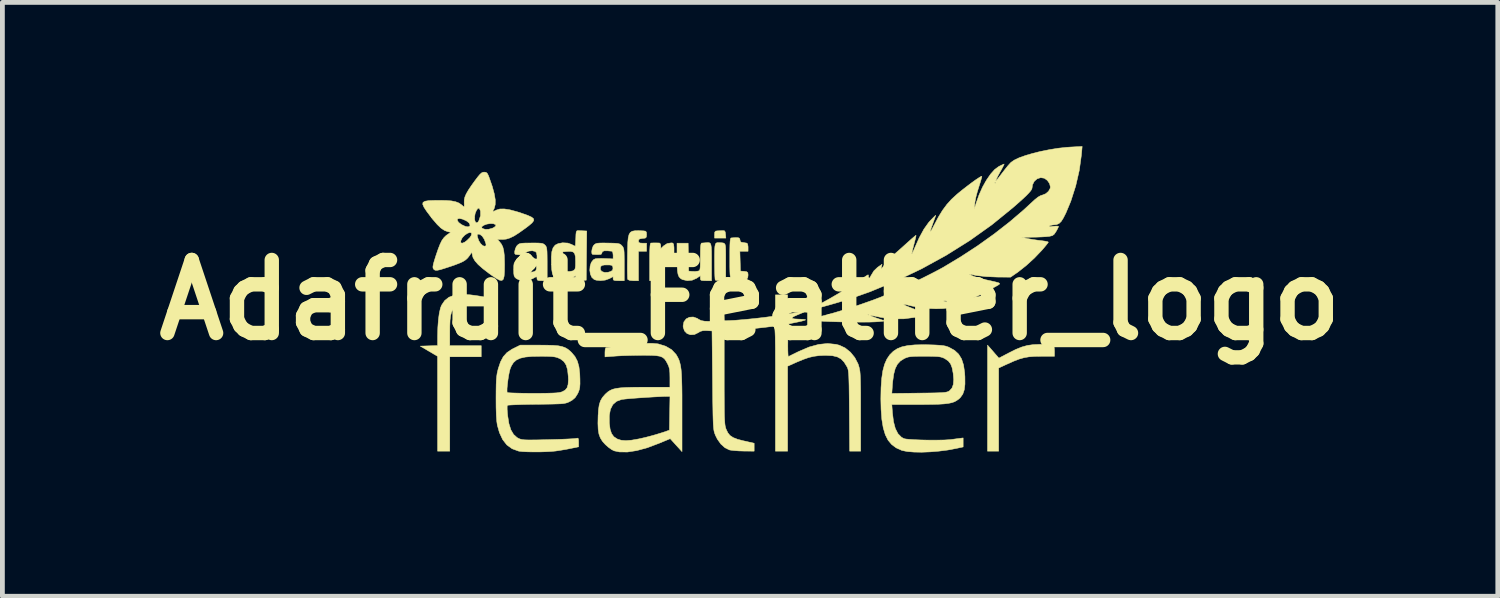
<source format=kicad_pcb>
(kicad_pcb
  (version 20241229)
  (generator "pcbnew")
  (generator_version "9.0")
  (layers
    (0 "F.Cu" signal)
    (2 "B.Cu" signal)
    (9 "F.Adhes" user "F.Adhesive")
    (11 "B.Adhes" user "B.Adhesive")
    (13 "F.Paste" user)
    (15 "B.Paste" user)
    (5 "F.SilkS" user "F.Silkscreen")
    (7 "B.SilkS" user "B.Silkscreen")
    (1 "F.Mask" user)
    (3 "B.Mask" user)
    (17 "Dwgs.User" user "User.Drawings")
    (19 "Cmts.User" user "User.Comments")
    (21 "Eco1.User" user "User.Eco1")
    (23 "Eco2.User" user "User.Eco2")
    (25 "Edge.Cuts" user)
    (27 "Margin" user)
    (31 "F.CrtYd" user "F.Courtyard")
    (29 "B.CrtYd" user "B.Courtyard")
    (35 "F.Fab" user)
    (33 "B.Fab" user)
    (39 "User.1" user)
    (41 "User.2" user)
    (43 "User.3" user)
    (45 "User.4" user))
  (footprint "Adafruit_Feather_logo"
    (layer "F.Cu")
    (at 12.598 3.208)
    (property "Reference" "Adafruit_Feather_logo" (at 0 0 0) (layer "F.SilkS") (effects (font (size 1.524 1.524) (thickness 0.3))))
    (attr exclude_from_pos_files exclude_from_bom)
    (fp_poly (pts (xy 0.783 0.019) (xy 0.782 0.09) (xy 0.771 0.132) (xy 0.742 0.157) (xy 0.687 0.171) (xy 0.627 0.181) (xy 0.529 0.195) (xy 0.529 -0.106) (xy 0.783 -0.106) (xy 0.783 0.019)) (stroke (width 0.01) (type solid)) (fill yes) (layer "F.SilkS"))
    (fp_poly (pts (xy -0.536 -1.444) (xy -0.519 -1.42) (xy -0.512 -1.371) (xy -0.505 -1.291) (xy -0.741 -1.291) (xy -0.741 -1.365) (xy -0.737 -1.415) (xy -0.718 -1.437) (xy -0.683 -1.442) (xy -0.616 -1.445) (xy -0.572 -1.447) (xy -0.536 -1.444)) (stroke (width 0.01) (type solid)) (fill yes) (layer "F.SilkS"))
    (fp_poly (pts (xy -0.635 -1.195) (xy -0.59 -1.193) (xy -0.558 -1.189) (xy -0.535 -1.178) (xy -0.52 -1.154) (xy -0.512 -1.111) (xy -0.509 -1.044) (xy -0.508 -0.946) (xy -0.508 -0.813) (xy -0.508 -0.794) (xy -0.508 -0.402) (xy -0.61 -0.402) (xy -0.673 -0.405) (xy -0.717 -0.412) (xy -0.727 -0.416) (xy -0.731 -0.441) (xy -0.735 -0.501) (xy -0.738 -0.589) (xy -0.74 -0.699) (xy -0.741 -0.806) (xy -0.741 -0.944) (xy -0.739 -1.045) (xy -0.734 -1.116) (xy -0.725 -1.16) (xy -0.711 -1.185) (xy -0.688 -1.195) (xy -0.657 -1.196) (xy -0.635 -1.195)) (stroke (width 0.01) (type solid)) (fill yes) (layer "F.SilkS"))
    (fp_poly (pts (xy -1.614 -1.188) (xy -1.596 -1.166) (xy -1.588 -1.104) (xy -1.587 -1.079) (xy -1.587 -0.974) (xy -1.692 -0.974) (xy -1.759 -0.973) (xy -1.806 -0.968) (xy -1.836 -0.95) (xy -1.853 -0.914) (xy -1.861 -0.854) (xy -1.863 -0.762) (xy -1.863 -0.675) (xy -1.863 -0.402) (xy -2.095 -0.402) (xy -2.095 -0.794) (xy -2.095 -0.94) (xy -2.092 -1.047) (xy -2.088 -1.122) (xy -2.082 -1.166) (xy -2.073 -1.186) (xy -2.069 -1.188) (xy -2.02 -1.19) (xy -1.956 -1.19) (xy -1.902 -1.189) (xy -1.889 -1.188) (xy -1.87 -1.168) (xy -1.863 -1.128) (xy -1.863 -1.072) (xy -1.803 -1.129) (xy -1.73 -1.177) (xy -1.645 -1.191) (xy -1.614 -1.188)) (stroke (width 0.01) (type solid)) (fill yes) (layer "F.SilkS"))
    (fp_poly (pts (xy 6.08 0.926) (xy 6.175 0.928) (xy 6.255 0.932) (xy 6.309 0.937) (xy 6.328 0.942) (xy 6.341 0.969) (xy 6.348 1.024) (xy 6.35 1.065) (xy 6.35 1.175) (xy 6.07 1.175) (xy 5.932 1.177) (xy 5.817 1.186) (xy 5.715 1.204) (xy 5.612 1.233) (xy 5.496 1.278) (xy 5.356 1.341) (xy 5.35 1.343) (xy 5.186 1.419) (xy 5.186 3.154) (xy 4.953 3.154) (xy 4.954 2.048) (xy 4.954 0.942) (xy 5.01 1.005) (xy 5.061 1.064) (xy 5.117 1.129) (xy 5.128 1.141) (xy 5.191 1.213) (xy 5.395 1.106) (xy 5.541 1.033) (xy 5.667 0.982) (xy 5.784 0.949) (xy 5.905 0.932) (xy 6.044 0.926) (xy 6.08 0.926)) (stroke (width 0.01) (type solid)) (fill yes) (layer "F.SilkS"))
    (fp_poly (pts (xy -2.232 -1.442) (xy -2.228 -1.442) (xy -2.182 -1.436) (xy -2.163 -1.415) (xy -2.159 -1.366) (xy -2.159 -1.365) (xy -2.164 -1.313) (xy -2.184 -1.292) (xy -2.201 -1.289) (xy -2.247 -1.284) (xy -2.265 -1.281) (xy -2.306 -1.273) (xy -2.307 -1.273) (xy -2.324 -1.253) (xy -2.328 -1.228) (xy -2.321 -1.2) (xy -2.293 -1.188) (xy -2.244 -1.185) (xy -2.159 -1.185) (xy -2.159 -1.016) (xy -2.328 -1.016) (xy -2.328 -0.402) (xy -2.435 -0.402) (xy -2.51 -0.408) (xy -2.548 -0.425) (xy -2.553 -0.433) (xy -2.556 -0.462) (xy -2.558 -0.528) (xy -2.56 -0.622) (xy -2.56 -0.738) (xy -2.558 -0.869) (xy -2.558 -0.909) (xy -2.555 -1.074) (xy -2.551 -1.203) (xy -2.542 -1.298) (xy -2.525 -1.365) (xy -2.499 -1.409) (xy -2.459 -1.434) (xy -2.403 -1.444) (xy -2.329 -1.446) (xy -2.232 -1.442)) (stroke (width 0.01) (type solid)) (fill yes) (layer "F.SilkS"))
    (fp_poly (pts (xy -5.858 -0.109) (xy -5.827 -0.106) (xy -5.726 -0.093) (xy -5.63 -0.078) (xy -5.554 -0.065) (xy -5.53 -0.059) (xy -5.474 -0.043) (xy -5.448 -0.022) (xy -5.44 0.017) (xy -5.44 0.045) (xy -5.44 0.127) (xy -5.776 0.127) (xy -5.904 0.127) (xy -5.997 0.129) (xy -6.062 0.133) (xy -6.106 0.14) (xy -6.137 0.151) (xy -6.162 0.166) (xy -6.167 0.17) (xy -6.203 0.207) (xy -6.229 0.257) (xy -6.247 0.326) (xy -6.259 0.42) (xy -6.264 0.546) (xy -6.265 0.661) (xy -6.265 0.953) (xy -5.609 0.953) (xy -5.609 1.185) (xy -6.265 1.185) (xy -6.265 3.154) (xy -6.519 3.154) (xy -6.52 1.175) (xy -6.88 0.963) (xy -6.519 0.951) (xy -6.519 0.756) (xy -6.514 0.575) (xy -6.502 0.412) (xy -6.483 0.273) (xy -6.458 0.165) (xy -6.436 0.109) (xy -6.37 0.012) (xy -6.283 -0.057) (xy -6.17 -0.1) (xy -6.03 -0.117) (xy -5.858 -0.109)) (stroke (width 0.01) (type solid)) (fill yes) (layer "F.SilkS"))
    (fp_poly (pts (xy -0.252 -1.3) (xy -0.223 -1.289) (xy -0.212 -1.266) (xy -0.212 -1.255) (xy -0.2 -1.215) (xy -0.18 -1.204) (xy -0.137 -1.198) (xy -0.127 -1.196) (xy -0.087 -1.189) (xy -0.074 -1.188) (xy -0.052 -1.171) (xy -0.043 -1.119) (xy -0.042 -1.101) (xy -0.042 -1.016) (xy -0.213 -1.016) (xy -0.207 -0.81) (xy -0.201 -0.603) (xy -0.122 -0.597) (xy -0.07 -0.589) (xy -0.047 -0.57) (xy -0.042 -0.528) (xy -0.042 -0.517) (xy -0.049 -0.462) (xy -0.076 -0.432) (xy -0.097 -0.423) (xy -0.174 -0.406) (xy -0.26 -0.404) (xy -0.337 -0.417) (xy -0.376 -0.435) (xy -0.392 -0.448) (xy -0.404 -0.464) (xy -0.413 -0.491) (xy -0.418 -0.533) (xy -0.421 -0.596) (xy -0.423 -0.688) (xy -0.423 -0.813) (xy -0.423 -0.88) (xy -0.423 -1.03) (xy -0.421 -1.141) (xy -0.417 -1.219) (xy -0.411 -1.268) (xy -0.402 -1.29) (xy -0.397 -1.294) (xy -0.307 -1.301) (xy -0.252 -1.3)) (stroke (width 0.01) (type solid)) (fill yes) (layer "F.SilkS"))
    (fp_poly (pts (xy -0.851 -1.194) (xy -0.83 -1.18) (xy -0.817 -1.149) (xy -0.809 -1.097) (xy -0.805 -1.017) (xy -0.804 -0.905) (xy -0.804 -0.791) (xy -0.804 -0.402) (xy -0.921 -0.402) (xy -0.987 -0.404) (xy -1.022 -0.411) (xy -1.035 -0.429) (xy -1.037 -0.454) (xy -1.037 -0.507) (xy -1.114 -0.454) (xy -1.207 -0.413) (xy -1.309 -0.403) (xy -1.405 -0.424) (xy -1.418 -0.429) (xy -1.456 -0.454) (xy -1.484 -0.487) (xy -1.503 -0.535) (xy -1.515 -0.605) (xy -1.521 -0.703) (xy -1.524 -0.835) (xy -1.524 -0.873) (xy -1.524 -1.185) (xy -1.292 -1.185) (xy -1.286 -0.894) (xy -1.281 -0.603) (xy -1.209 -0.596) (xy -1.143 -0.595) (xy -1.087 -0.602) (xy -1.067 -0.608) (xy -1.053 -0.62) (xy -1.045 -0.645) (xy -1.04 -0.689) (xy -1.038 -0.759) (xy -1.037 -0.863) (xy -1.037 -0.9) (xy -1.036 -1.023) (xy -1.033 -1.108) (xy -1.026 -1.16) (xy -1.017 -1.184) (xy -1.011 -1.187) (xy -0.971 -1.19) (xy -0.921 -1.194) (xy -0.881 -1.197) (xy -0.851 -1.194)) (stroke (width 0.01) (type solid)) (fill yes) (layer "F.SilkS"))
    (fp_poly (pts (xy -3.577 -1.447) (xy -3.513 -1.444) (xy -3.466 -1.442) (xy -3.407 -1.439) (xy -3.413 -0.926) (xy -3.418 -0.413) (xy -3.53 -0.406) (xy -3.594 -0.404) (xy -3.627 -0.409) (xy -3.639 -0.427) (xy -3.641 -0.453) (xy -3.641 -0.507) (xy -3.718 -0.454) (xy -3.809 -0.414) (xy -3.913 -0.403) (xy -4.01 -0.422) (xy -4.011 -0.422) (xy -4.064 -0.451) (xy -4.1 -0.49) (xy -4.124 -0.549) (xy -4.138 -0.635) (xy -4.145 -0.742) (xy -3.913 -0.742) (xy -3.912 -0.671) (xy -3.908 -0.627) (xy -3.907 -0.621) (xy -3.88 -0.603) (xy -3.827 -0.594) (xy -3.763 -0.595) (xy -3.704 -0.605) (xy -3.682 -0.615) (xy -3.661 -0.631) (xy -3.648 -0.661) (xy -3.642 -0.712) (xy -3.641 -0.795) (xy -3.641 -0.804) (xy -3.644 -0.903) (xy -3.659 -0.966) (xy -3.69 -1.001) (xy -3.743 -1.014) (xy -3.816 -1.012) (xy -3.905 -1.005) (xy -3.911 -0.827) (xy -3.913 -0.742) (xy -4.145 -0.742) (xy -4.145 -0.751) (xy -4.146 -0.899) (xy -4.135 -1.01) (xy -4.109 -1.09) (xy -4.066 -1.144) (xy -4.003 -1.176) (xy -3.917 -1.192) (xy -3.909 -1.193) (xy -3.802 -1.187) (xy -3.73 -1.161) (xy -3.681 -1.137) (xy -3.651 -1.123) (xy -3.648 -1.122) (xy -3.644 -1.141) (xy -3.641 -1.193) (xy -3.637 -1.266) (xy -3.636 -1.286) (xy -3.633 -1.368) (xy -3.627 -1.417) (xy -3.616 -1.44) (xy -3.597 -1.447) (xy -3.577 -1.447)) (stroke (width 0.01) (type solid)) (fill yes) (layer "F.SilkS"))
    (fp_poly (pts (xy -2.946 -1.187) (xy -2.921 -1.187) (xy -2.826 -1.184) (xy -2.763 -1.179) (xy -2.722 -1.169) (xy -2.694 -1.152) (xy -2.672 -1.13) (xy -2.654 -1.108) (xy -2.642 -1.083) (xy -2.633 -1.048) (xy -2.628 -0.996) (xy -2.626 -0.919) (xy -2.625 -0.811) (xy -2.625 -0.74) (xy -2.625 -0.402) (xy -2.741 -0.402) (xy -2.808 -0.404) (xy -2.843 -0.412) (xy -2.856 -0.43) (xy -2.857 -0.445) (xy -2.857 -0.487) (xy -2.937 -0.445) (xy -3.021 -0.415) (xy -3.119 -0.404) (xy -3.21 -0.413) (xy -3.252 -0.427) (xy -3.302 -0.472) (xy -3.332 -0.54) (xy -3.344 -0.622) (xy -3.343 -0.632) (xy -3.124 -0.632) (xy -3.094 -0.595) (xy -3.039 -0.575) (xy -2.967 -0.577) (xy -2.91 -0.593) (xy -2.87 -0.618) (xy -2.86 -0.659) (xy -2.861 -0.672) (xy -2.869 -0.708) (xy -2.891 -0.725) (xy -2.937 -0.731) (xy -2.963 -0.731) (xy -3.041 -0.73) (xy -3.086 -0.721) (xy -3.111 -0.703) (xy -3.12 -0.685) (xy -3.124 -0.632) (xy -3.343 -0.632) (xy -3.337 -0.707) (xy -3.313 -0.782) (xy -3.271 -0.837) (xy -3.23 -0.859) (xy -3.184 -0.864) (xy -3.111 -0.866) (xy -3.026 -0.865) (xy -3.018 -0.864) (xy -2.857 -0.857) (xy -2.857 -0.937) (xy -2.864 -0.993) (xy -2.882 -1.018) (xy -2.884 -1.018) (xy -2.923 -1.021) (xy -2.974 -1.026) (xy -3.047 -1.025) (xy -3.084 -1.005) (xy -3.09 -0.982) (xy -3.106 -0.954) (xy -3.117 -0.95) (xy -3.158 -0.948) (xy -3.216 -0.948) (xy -3.267 -0.949) (xy -3.286 -0.95) (xy -3.301 -0.971) (xy -3.303 -1.016) (xy -3.294 -1.071) (xy -3.275 -1.121) (xy -3.26 -1.143) (xy -3.238 -1.163) (xy -3.215 -1.176) (xy -3.182 -1.184) (xy -3.131 -1.188) (xy -3.055 -1.189) (xy -2.946 -1.187)) (stroke (width 0.01) (type solid)) (fill yes) (layer "F.SilkS"))
    (fp_poly (pts (xy -4.421 -1.188) (xy -4.364 -1.184) (xy -4.326 -1.177) (xy -4.3 -1.164) (xy -4.279 -1.146) (xy -4.276 -1.143) (xy -4.26 -1.124) (xy -4.249 -1.1) (xy -4.241 -1.063) (xy -4.236 -1.006) (xy -4.234 -0.924) (xy -4.233 -0.809) (xy -4.233 -0.751) (xy -4.233 -0.402) (xy -4.339 -0.402) (xy -4.403 -0.404) (xy -4.434 -0.414) (xy -4.445 -0.435) (xy -4.445 -0.445) (xy -4.447 -0.475) (xy -4.461 -0.484) (xy -4.494 -0.469) (xy -4.534 -0.445) (xy -4.618 -0.412) (xy -4.714 -0.401) (xy -4.805 -0.413) (xy -4.876 -0.446) (xy -4.906 -0.474) (xy -4.923 -0.506) (xy -4.93 -0.555) (xy -4.932 -0.633) (xy -4.721 -0.633) (xy -4.71 -0.59) (xy -4.706 -0.586) (xy -4.674 -0.576) (xy -4.616 -0.574) (xy -4.549 -0.582) (xy -4.508 -0.59) (xy -4.469 -0.612) (xy -4.456 -0.656) (xy -4.456 -0.668) (xy -4.459 -0.706) (xy -4.475 -0.725) (xy -4.517 -0.731) (xy -4.551 -0.733) (xy -4.618 -0.73) (xy -4.671 -0.72) (xy -4.683 -0.716) (xy -4.71 -0.683) (xy -4.721 -0.633) (xy -4.932 -0.633) (xy -4.932 -0.633) (xy -4.932 -0.635) (xy -4.93 -0.714) (xy -4.923 -0.763) (xy -4.907 -0.796) (xy -4.877 -0.824) (xy -4.874 -0.826) (xy -4.841 -0.849) (xy -4.805 -0.861) (xy -4.754 -0.866) (xy -4.678 -0.866) (xy -4.63 -0.863) (xy -4.445 -0.855) (xy -4.445 -0.924) (xy -4.457 -0.986) (xy -4.482 -1.012) (xy -4.544 -1.027) (xy -4.616 -1.02) (xy -4.676 -0.995) (xy -4.698 -0.976) (xy -4.719 -0.954) (xy -4.745 -0.943) (xy -4.787 -0.941) (xy -4.857 -0.946) (xy -4.895 -0.951) (xy -4.91 -0.97) (xy -4.91 -1.014) (xy -4.897 -1.068) (xy -4.874 -1.117) (xy -4.863 -1.132) (xy -4.837 -1.158) (xy -4.808 -1.174) (xy -4.765 -1.183) (xy -4.699 -1.187) (xy -4.625 -1.188) (xy -4.506 -1.189) (xy -4.421 -1.188)) (stroke (width 0.01) (type solid)) (fill yes) (layer "F.SilkS"))
    (fp_poly (pts (xy -2.033 0.905) (xy -1.935 0.914) (xy -1.914 0.917) (xy -1.76 0.965) (xy -1.636 1.038) (xy -1.545 1.135) (xy -1.531 1.158) (xy -1.504 1.206) (xy -1.482 1.255) (xy -1.465 1.31) (xy -1.45 1.374) (xy -1.439 1.452) (xy -1.431 1.548) (xy -1.426 1.666) (xy -1.422 1.812) (xy -1.42 1.988) (xy -1.42 2.201) (xy -1.42 2.339) (xy -1.42 3.164) (xy -1.543 3.029) (xy -1.666 2.893) (xy -1.897 2.989) (xy -2.143 3.082) (xy -2.364 3.142) (xy -2.559 3.172) (xy -2.727 3.17) (xy -2.836 3.147) (xy -2.889 3.12) (xy -2.956 3.072) (xy -3.019 3.016) (xy -3.08 2.948) (xy -3.124 2.877) (xy -3.153 2.797) (xy -3.169 2.698) (xy -3.174 2.573) (xy -3.171 2.433) (xy -3.17 2.41) (xy -2.937 2.41) (xy -2.936 2.571) (xy -2.92 2.696) (xy -2.89 2.787) (xy -2.843 2.852) (xy -2.774 2.898) (xy -2.766 2.902) (xy -2.69 2.926) (xy -2.594 2.934) (xy -2.473 2.925) (xy -2.324 2.899) (xy -2.186 2.868) (xy -2.076 2.839) (xy -1.961 2.807) (xy -1.861 2.776) (xy -1.831 2.767) (xy -1.683 2.716) (xy -1.677 2.363) (xy -1.671 2.011) (xy -1.719 2.011) (xy -1.792 2.012) (xy -1.894 2.017) (xy -2.014 2.023) (xy -2.145 2.031) (xy -2.279 2.04) (xy -2.407 2.049) (xy -2.52 2.058) (xy -2.611 2.067) (xy -2.67 2.074) (xy -2.68 2.076) (xy -2.785 2.114) (xy -2.862 2.181) (xy -2.913 2.28) (xy -2.937 2.41) (xy -3.17 2.41) (xy -3.163 2.294) (xy -3.147 2.188) (xy -3.121 2.105) (xy -3.08 2.034) (xy -3.022 1.967) (xy -3.009 1.955) (xy -2.966 1.917) (xy -2.92 1.887) (xy -2.866 1.863) (xy -2.798 1.846) (xy -2.712 1.834) (xy -2.601 1.826) (xy -2.461 1.822) (xy -2.287 1.82) (xy -2.197 1.82) (xy -1.672 1.82) (xy -1.672 1.624) (xy -1.674 1.52) (xy -1.681 1.446) (xy -1.696 1.388) (xy -1.72 1.334) (xy -1.754 1.272) (xy -1.788 1.226) (xy -1.83 1.194) (xy -1.886 1.173) (xy -1.962 1.161) (xy -2.066 1.155) (xy -2.204 1.154) (xy -2.229 1.154) (xy -2.369 1.155) (xy -2.515 1.158) (xy -2.654 1.162) (xy -2.77 1.168) (xy -2.799 1.17) (xy -3.027 1.187) (xy -3.027 1.091) (xy -3.023 1.034) (xy -3.012 0.999) (xy -3.006 0.995) (xy -2.976 0.992) (xy -2.916 0.983) (xy -2.836 0.97) (xy -2.799 0.964) (xy -2.639 0.94) (xy -2.474 0.922) (xy -2.311 0.91) (xy -2.161 0.904) (xy -2.033 0.905)) (stroke (width 0.01) (type solid)) (fill yes) (layer "F.SilkS"))
    (fp_poly (pts (xy 3.728 0.935) (xy 3.859 0.939) (xy 3.955 0.945) (xy 4.027 0.952) (xy 4.082 0.963) (xy 4.13 0.979) (xy 4.159 0.992) (xy 4.268 1.053) (xy 4.351 1.131) (xy 4.412 1.23) (xy 4.453 1.356) (xy 4.476 1.514) (xy 4.482 1.604) (xy 4.483 1.755) (xy 4.469 1.872) (xy 4.438 1.963) (xy 4.387 2.035) (xy 4.358 2.063) (xy 4.314 2.095) (xy 4.267 2.122) (xy 4.21 2.142) (xy 4.138 2.157) (xy 4.048 2.168) (xy 3.932 2.175) (xy 3.787 2.179) (xy 3.607 2.18) (xy 3.517 2.18) (xy 2.957 2.18) (xy 2.97 2.355) (xy 2.992 2.537) (xy 3.03 2.681) (xy 3.085 2.789) (xy 3.157 2.863) (xy 3.209 2.892) (xy 3.252 2.901) (xy 3.328 2.908) (xy 3.431 2.915) (xy 3.552 2.92) (xy 3.683 2.923) (xy 3.817 2.924) (xy 3.944 2.923) (xy 4.057 2.921) (xy 4.148 2.915) (xy 4.186 2.912) (xy 4.268 2.901) (xy 4.351 2.89) (xy 4.36 2.889) (xy 4.445 2.878) (xy 4.445 3.066) (xy 4.292 3.099) (xy 4.12 3.131) (xy 3.938 3.154) (xy 3.756 3.169) (xy 3.58 3.176) (xy 3.42 3.173) (xy 3.282 3.162) (xy 3.177 3.141) (xy 3.161 3.136) (xy 3.048 3.085) (xy 2.955 3.016) (xy 2.879 2.926) (xy 2.821 2.811) (xy 2.778 2.667) (xy 2.749 2.492) (xy 2.733 2.283) (xy 2.728 2.064) (xy 2.73 1.95) (xy 2.957 1.95) (xy 3.53 1.943) (xy 3.701 1.941) (xy 3.836 1.939) (xy 3.938 1.936) (xy 4.014 1.932) (xy 4.068 1.927) (xy 4.105 1.92) (xy 4.132 1.911) (xy 4.153 1.9) (xy 4.163 1.892) (xy 4.212 1.838) (xy 4.24 1.762) (xy 4.248 1.659) (xy 4.237 1.531) (xy 4.215 1.415) (xy 4.183 1.332) (xy 4.134 1.271) (xy 4.063 1.223) (xy 4.052 1.217) (xy 4.015 1.201) (xy 3.973 1.189) (xy 3.919 1.181) (xy 3.845 1.177) (xy 3.742 1.175) (xy 3.641 1.175) (xy 3.513 1.175) (xy 3.42 1.177) (xy 3.352 1.182) (xy 3.301 1.19) (xy 3.259 1.203) (xy 3.218 1.221) (xy 3.213 1.224) (xy 3.134 1.274) (xy 3.073 1.341) (xy 3.028 1.43) (xy 2.997 1.547) (xy 2.976 1.698) (xy 2.97 1.763) (xy 2.957 1.95) (xy 2.73 1.95) (xy 2.732 1.832) (xy 2.746 1.638) (xy 2.77 1.476) (xy 2.806 1.342) (xy 2.854 1.233) (xy 2.915 1.143) (xy 2.918 1.14) (xy 2.989 1.07) (xy 3.071 1.016) (xy 3.169 0.977) (xy 3.29 0.951) (xy 3.438 0.937) (xy 3.62 0.933) (xy 3.728 0.935)) (stroke (width 0.01) (type solid)) (fill yes) (layer "F.SilkS"))
    (fp_poly (pts (xy -4.236 0.943) (xy -4.104 0.947) (xy -4.002 0.956) (xy -3.922 0.972) (xy -3.858 0.995) (xy -3.803 1.027) (xy -3.751 1.07) (xy -3.722 1.098) (xy -3.652 1.182) (xy -3.602 1.278) (xy -3.57 1.394) (xy -3.553 1.539) (xy -3.549 1.648) (xy -3.548 1.748) (xy -3.553 1.82) (xy -3.564 1.874) (xy -3.583 1.925) (xy -3.599 1.958) (xy -3.648 2.035) (xy -3.71 2.089) (xy -3.757 2.116) (xy -3.789 2.132) (xy -3.819 2.144) (xy -3.853 2.153) (xy -3.896 2.161) (xy -3.953 2.166) (xy -4.031 2.169) (xy -4.135 2.172) (xy -4.269 2.174) (xy -4.44 2.176) (xy -4.455 2.176) (xy -4.609 2.178) (xy -4.75 2.181) (xy -4.871 2.185) (xy -4.967 2.189) (xy -5.033 2.193) (xy -5.063 2.197) (xy -5.064 2.198) (xy -5.068 2.224) (xy -5.068 2.282) (xy -5.062 2.363) (xy -5.057 2.414) (xy -5.031 2.58) (xy -4.99 2.71) (xy -4.934 2.805) (xy -4.862 2.87) (xy -4.841 2.882) (xy -4.812 2.896) (xy -4.783 2.906) (xy -4.748 2.913) (xy -4.7 2.918) (xy -4.635 2.92) (xy -4.547 2.92) (xy -4.429 2.919) (xy -4.277 2.915) (xy -4.224 2.914) (xy -4.075 2.91) (xy -3.938 2.906) (xy -3.818 2.901) (xy -3.723 2.896) (xy -3.659 2.891) (xy -3.635 2.888) (xy -3.6 2.882) (xy -3.583 2.892) (xy -3.578 2.93) (xy -3.577 2.968) (xy -3.577 3.063) (xy -3.741 3.097) (xy -3.847 3.118) (xy -3.963 3.137) (xy -4.055 3.151) (xy -4.149 3.16) (xy -4.265 3.166) (xy -4.392 3.17) (xy -4.521 3.17) (xy -4.642 3.168) (xy -4.744 3.163) (xy -4.816 3.155) (xy -4.832 3.152) (xy -4.965 3.103) (xy -5.074 3.024) (xy -5.161 2.913) (xy -5.229 2.767) (xy -5.273 2.612) (xy -5.285 2.528) (xy -5.294 2.403) (xy -5.299 2.237) (xy -5.3 2.043) (xy -5.299 1.902) (xy -5.071 1.902) (xy -5.067 1.93) (xy -5.044 1.935) (xy -4.984 1.939) (xy -4.894 1.942) (xy -4.778 1.945) (xy -4.644 1.947) (xy -4.529 1.947) (xy -4.357 1.947) (xy -4.222 1.945) (xy -4.118 1.942) (xy -4.04 1.938) (xy -3.983 1.931) (xy -3.942 1.922) (xy -3.918 1.914) (xy -3.858 1.881) (xy -3.818 1.833) (xy -3.797 1.764) (xy -3.79 1.665) (xy -3.793 1.594) (xy -3.807 1.459) (xy -3.836 1.359) (xy -3.883 1.286) (xy -3.951 1.233) (xy -3.978 1.22) (xy -4.022 1.201) (xy -4.068 1.189) (xy -4.126 1.181) (xy -4.203 1.177) (xy -4.309 1.175) (xy -4.381 1.175) (xy -4.554 1.178) (xy -4.691 1.191) (xy -4.796 1.215) (xy -4.876 1.253) (xy -4.936 1.306) (xy -4.981 1.378) (xy -5.006 1.439) (xy -5.021 1.497) (xy -5.037 1.576) (xy -5.051 1.667) (xy -5.062 1.759) (xy -5.07 1.841) (xy -5.071 1.902) (xy -5.299 1.902) (xy -5.299 1.887) (xy -5.297 1.765) (xy -5.293 1.671) (xy -5.286 1.595) (xy -5.277 1.531) (xy -5.263 1.471) (xy -5.254 1.434) (xy -5.206 1.291) (xy -5.148 1.182) (xy -5.072 1.098) (xy -4.973 1.031) (xy -4.937 1.012) (xy -4.795 0.942) (xy -4.403 0.942) (xy -4.236 0.943)) (stroke (width 0.01) (type solid)) (fill yes) (layer "F.SilkS"))
    (fp_poly (pts (xy -0.546 0.169) (xy -0.54 0.434) (xy -0.476 0.432) (xy -0.314 0.424) (xy -0.127 0.409) (xy 0.077 0.389) (xy 0.289 0.365) (xy 0.5 0.337) (xy 0.702 0.308) (xy 0.886 0.277) (xy 1.043 0.246) (xy 1.154 0.22) (xy 1.182 0.215) (xy 1.176 0.224) (xy 1.141 0.244) (xy 1.083 0.271) (xy 1.007 0.303) (xy 0.987 0.311) (xy 0.913 0.344) (xy 0.877 0.368) (xy 0.882 0.385) (xy 0.927 0.395) (xy 1.014 0.4) (xy 1.046 0.401) (xy 1.11 0.404) (xy 1.15 0.409) (xy 1.158 0.416) (xy 1.132 0.426) (xy 1.075 0.442) (xy 0.998 0.459) (xy 0.969 0.465) (xy 0.794 0.501) (xy 0.788 0.845) (xy 0.787 0.96) (xy 0.788 1.057) (xy 0.791 1.131) (xy 0.795 1.173) (xy 0.799 1.181) (xy 0.823 1.169) (xy 0.877 1.142) (xy 0.952 1.105) (xy 1.016 1.074) (xy 1.231 0.982) (xy 1.431 0.927) (xy 1.617 0.908) (xy 1.793 0.926) (xy 1.862 0.944) (xy 1.982 1) (xy 2.093 1.089) (xy 2.185 1.202) (xy 2.252 1.332) (xy 2.263 1.364) (xy 2.274 1.402) (xy 2.283 1.441) (xy 2.291 1.484) (xy 2.296 1.537) (xy 2.3 1.603) (xy 2.303 1.688) (xy 2.305 1.796) (xy 2.307 1.933) (xy 2.307 2.101) (xy 2.307 2.307) (xy 2.307 2.331) (xy 2.307 3.154) (xy 2.077 3.154) (xy 2.071 2.312) (xy 2.069 2.1) (xy 2.067 1.925) (xy 2.065 1.785) (xy 2.062 1.674) (xy 2.059 1.589) (xy 2.054 1.524) (xy 2.049 1.477) (xy 2.042 1.443) (xy 2.034 1.417) (xy 2.024 1.397) (xy 1.964 1.299) (xy 1.899 1.23) (xy 1.82 1.187) (xy 1.72 1.163) (xy 1.589 1.156) (xy 1.556 1.156) (xy 1.438 1.161) (xy 1.332 1.175) (xy 1.228 1.199) (xy 1.113 1.239) (xy 0.977 1.295) (xy 0.93 1.316) (xy 0.783 1.382) (xy 0.783 3.154) (xy 0.529 3.154) (xy 0.529 1.852) (xy 0.529 1.585) (xy 0.529 1.357) (xy 0.528 1.164) (xy 0.528 1.006) (xy 0.526 0.876) (xy 0.525 0.774) (xy 0.522 0.696) (xy 0.519 0.638) (xy 0.515 0.598) (xy 0.511 0.572) (xy 0.505 0.558) (xy 0.498 0.552) (xy 0.492 0.551) (xy 0.453 0.554) (xy 0.387 0.561) (xy 0.307 0.571) (xy 0.307 0.571) (xy -0.018 0.607) (xy -0.339 0.632) (xy -0.54 0.646) (xy -0.54 1.619) (xy -0.54 1.85) (xy -0.539 2.042) (xy -0.538 2.2) (xy -0.537 2.327) (xy -0.535 2.428) (xy -0.531 2.507) (xy -0.527 2.567) (xy -0.522 2.612) (xy -0.515 2.647) (xy -0.507 2.676) (xy -0.501 2.693) (xy -0.465 2.769) (xy -0.42 2.826) (xy -0.356 2.869) (xy -0.267 2.905) (xy -0.144 2.937) (xy -0.13 2.94) (xy 0.085 2.989) (xy 0.085 3.154) (xy -0.132 3.152) (xy -0.234 3.149) (xy -0.329 3.142) (xy -0.404 3.133) (xy -0.431 3.128) (xy -0.522 3.084) (xy -0.609 3.006) (xy -0.683 2.903) (xy -0.723 2.823) (xy -0.734 2.794) (xy -0.744 2.765) (xy -0.752 2.734) (xy -0.758 2.695) (xy -0.763 2.646) (xy -0.768 2.582) (xy -0.771 2.498) (xy -0.774 2.392) (xy -0.776 2.26) (xy -0.779 2.096) (xy -0.781 1.898) (xy -0.783 1.672) (xy -0.794 0.646) (xy -0.904 0.639) (xy -0.983 0.64) (xy -1.039 0.656) (xy -1.078 0.68) (xy -1.161 0.721) (xy -1.243 0.726) (xy -1.315 0.7) (xy -1.368 0.646) (xy -1.395 0.567) (xy -1.397 0.54) (xy -1.38 0.456) (xy -1.333 0.394) (xy -1.265 0.36) (xy -1.186 0.355) (xy -1.102 0.384) (xy -1.076 0.402) (xy -1.021 0.43) (xy -0.948 0.443) (xy -0.892 0.445) (xy -0.766 0.445) (xy -0.708 0.291) (xy -0.672 0.196) (xy -0.633 0.097) (xy -0.602 0.021) (xy -0.553 -0.095) (xy -0.546 0.169)) (stroke (width 0.01) (type solid)) (fill yes) (layer "F.SilkS"))
    (fp_poly (pts (xy -5.51 -2.663) (xy -5.484 -2.643) (xy -5.46 -2.598) (xy -5.444 -2.556) (xy -5.379 -2.37) (xy -5.337 -2.216) (xy -5.316 -2.091) (xy -5.317 -1.991) (xy -5.337 -1.912) (xy -5.343 -1.9) (xy -5.364 -1.859) (xy -5.363 -1.845) (xy -5.336 -1.855) (xy -5.292 -1.876) (xy -5.22 -1.898) (xy -5.126 -1.899) (xy -5.007 -1.88) (xy -4.859 -1.84) (xy -4.752 -1.805) (xy -4.634 -1.763) (xy -4.556 -1.727) (xy -4.516 -1.693) (xy -4.514 -1.655) (xy -4.549 -1.608) (xy -4.619 -1.548) (xy -4.692 -1.493) (xy -4.82 -1.402) (xy -4.923 -1.336) (xy -5.01 -1.294) (xy -5.087 -1.27) (xy -5.16 -1.263) (xy -5.171 -1.263) (xy -5.272 -1.264) (xy -5.23 -1.219) (xy -5.188 -1.166) (xy -5.158 -1.105) (xy -5.139 -1.028) (xy -5.127 -0.927) (xy -5.123 -0.794) (xy -5.122 -0.735) (xy -5.124 -0.596) (xy -5.131 -0.496) (xy -5.147 -0.434) (xy -5.177 -0.407) (xy -5.225 -0.413) (xy -5.295 -0.45) (xy -5.39 -0.514) (xy -5.44 -0.55) (xy -5.573 -0.652) (xy -5.672 -0.739) (xy -5.739 -0.815) (xy -5.779 -0.883) (xy -5.791 -0.925) (xy -5.805 -0.997) (xy -5.854 -0.925) (xy -5.891 -0.877) (xy -5.934 -0.837) (xy -5.991 -0.801) (xy -6.069 -0.766) (xy -6.176 -0.725) (xy -6.262 -0.696) (xy -6.379 -0.658) (xy -6.463 -0.632) (xy -6.52 -0.62) (xy -6.558 -0.618) (xy -6.584 -0.627) (xy -6.604 -0.646) (xy -6.605 -0.647) (xy -6.615 -0.668) (xy -6.616 -0.699) (xy -6.607 -0.749) (xy -6.586 -0.824) (xy -6.553 -0.928) (xy -6.506 -1.065) (xy -6.465 -1.169) (xy -6.436 -1.227) (xy -6.038 -1.227) (xy -6.033 -1.192) (xy -6.003 -1.185) (xy -5.952 -1.207) (xy -5.907 -1.241) (xy -5.844 -1.303) (xy -5.812 -1.354) (xy -5.693 -1.354) (xy -5.686 -1.312) (xy -5.661 -1.239) (xy -5.622 -1.176) (xy -5.576 -1.133) (xy -5.542 -1.122) (xy -5.512 -1.128) (xy -5.508 -1.156) (xy -5.513 -1.18) (xy -5.544 -1.265) (xy -5.587 -1.331) (xy -5.635 -1.368) (xy -5.65 -1.372) (xy -5.683 -1.373) (xy -5.693 -1.354) (xy -5.812 -1.354) (xy -5.811 -1.356) (xy -5.812 -1.395) (xy -5.816 -1.401) (xy -5.85 -1.408) (xy -5.899 -1.389) (xy -5.953 -1.352) (xy -6 -1.303) (xy -6.011 -1.286) (xy -6.038 -1.227) (xy -6.436 -1.227) (xy -6.427 -1.245) (xy -6.386 -1.301) (xy -6.341 -1.345) (xy -6.315 -1.363) (xy -6.243 -1.413) (xy -6.302 -1.424) (xy -6.372 -1.449) (xy -6.446 -1.498) (xy -6.459 -1.51) (xy -5.601 -1.51) (xy -5.578 -1.49) (xy -5.524 -1.473) (xy -5.451 -1.476) (xy -5.375 -1.497) (xy -5.337 -1.517) (xy -5.304 -1.546) (xy -5.308 -1.57) (xy -5.311 -1.573) (xy -5.354 -1.591) (xy -5.419 -1.594) (xy -5.491 -1.583) (xy -5.553 -1.56) (xy -5.559 -1.556) (xy -5.597 -1.529) (xy -5.601 -1.51) (xy -6.459 -1.51) (xy -6.527 -1.575) (xy -6.6 -1.661) (xy -6.108 -1.661) (xy -6.082 -1.62) (xy -6.024 -1.575) (xy -6.016 -1.57) (xy -5.94 -1.535) (xy -5.882 -1.525) (xy -5.848 -1.541) (xy -5.842 -1.564) (xy -5.863 -1.609) (xy -5.922 -1.653) (xy -6.003 -1.688) (xy -6.068 -1.701) (xy -6.104 -1.69) (xy -6.108 -1.661) (xy -6.6 -1.661) (xy -6.62 -1.683) (xy -6.653 -1.725) (xy -5.748 -1.725) (xy -5.744 -1.666) (xy -5.729 -1.625) (xy -5.705 -1.609) (xy -5.676 -1.625) (xy -5.657 -1.656) (xy -5.623 -1.759) (xy -5.624 -1.851) (xy -5.631 -1.874) (xy -5.65 -1.912) (xy -5.671 -1.914) (xy -5.683 -1.905) (xy -5.709 -1.868) (xy -5.733 -1.811) (xy -5.737 -1.797) (xy -5.748 -1.725) (xy -6.653 -1.725) (xy -6.661 -1.736) (xy -6.747 -1.85) (xy -6.803 -1.935) (xy -6.829 -1.996) (xy -6.823 -2.036) (xy -6.781 -2.06) (xy -6.702 -2.073) (xy -6.585 -2.077) (xy -6.496 -2.078) (xy -6.346 -2.076) (xy -6.231 -2.067) (xy -6.142 -2.049) (xy -6.073 -2.022) (xy -6.016 -1.982) (xy -6.001 -1.969) (xy -5.975 -1.946) (xy -5.964 -1.948) (xy -5.962 -1.981) (xy -5.964 -2.028) (xy -5.963 -2.088) (xy -5.95 -2.147) (xy -5.922 -2.213) (xy -5.876 -2.293) (xy -5.809 -2.393) (xy -5.741 -2.487) (xy -5.679 -2.569) (xy -5.634 -2.622) (xy -5.6 -2.652) (xy -5.569 -2.665) (xy -5.547 -2.667) (xy -5.51 -2.663)) (stroke (width 0.01) (type solid)) (fill yes) (layer "F.SilkS"))
    (fp_poly (pts (xy 6.912 -3.025) (xy 6.868 -2.705) (xy 6.793 -2.379) (xy 6.691 -2.06) (xy 6.589 -1.816) (xy 6.536 -1.711) (xy 6.491 -1.639) (xy 6.446 -1.596) (xy 6.394 -1.573) (xy 6.329 -1.566) (xy 6.32 -1.566) (xy 6.268 -1.556) (xy 6.244 -1.544) (xy 6.238 -1.533) (xy 6.27 -1.531) (xy 6.324 -1.537) (xy 6.385 -1.542) (xy 6.426 -1.539) (xy 6.435 -1.534) (xy 6.425 -1.507) (xy 6.4 -1.458) (xy 6.383 -1.428) (xy 6.345 -1.372) (xy 6.307 -1.343) (xy 6.25 -1.329) (xy 6.231 -1.326) (xy 6.168 -1.32) (xy 6.077 -1.315) (xy 5.971 -1.311) (xy 5.897 -1.31) (xy 5.662 -1.307) (xy 5.8 -1.279) (xy 5.9 -1.261) (xy 6.013 -1.245) (xy 6.08 -1.237) (xy 6.152 -1.227) (xy 6.203 -1.217) (xy 6.223 -1.207) (xy 6.223 -1.207) (xy 6.21 -1.186) (xy 6.174 -1.14) (xy 6.123 -1.079) (xy 6.086 -1.036) (xy 5.931 -0.874) (xy 5.76 -0.718) (xy 5.589 -0.583) (xy 5.55 -0.556) (xy 5.435 -0.476) (xy 5.157 -0.478) (xy 4.921 -0.488) (xy 4.717 -0.511) (xy 4.576 -0.541) (xy 4.571 -0.539) (xy 4.598 -0.523) (xy 4.622 -0.511) (xy 4.679 -0.488) (xy 4.764 -0.462) (xy 4.861 -0.435) (xy 4.908 -0.424) (xy 5.035 -0.396) (xy 5.125 -0.375) (xy 5.181 -0.36) (xy 5.205 -0.346) (xy 5.203 -0.331) (xy 5.177 -0.312) (xy 5.13 -0.285) (xy 5.09 -0.263) (xy 5.008 -0.218) (xy 4.904 -0.162) (xy 4.791 -0.105) (xy 4.711 -0.065) (xy 4.479 0.048) (xy 4.252 0.029) (xy 4.161 0.023) (xy 4.09 0.019) (xy 4.046 0.019) (xy 4.036 0.021) (xy 4.06 0.031) (xy 4.114 0.047) (xy 4.186 0.065) (xy 4.187 0.065) (xy 4.329 0.1) (xy 4.251 0.134) (xy 4.154 0.162) (xy 4.027 0.179) (xy 3.877 0.183) (xy 3.714 0.176) (xy 3.547 0.158) (xy 3.385 0.128) (xy 3.33 0.115) (xy 3.265 0.099) (xy 3.218 0.091) (xy 3.203 0.092) (xy 3.217 0.103) (xy 3.261 0.125) (xy 3.328 0.153) (xy 3.408 0.184) (xy 3.492 0.215) (xy 3.571 0.242) (xy 3.628 0.26) (xy 3.683 0.278) (xy 3.712 0.295) (xy 3.712 0.302) (xy 3.684 0.311) (xy 3.624 0.325) (xy 3.54 0.343) (xy 3.449 0.361) (xy 3.207 0.393) (xy 2.973 0.394) (xy 2.731 0.363) (xy 2.669 0.35) (xy 2.593 0.335) (xy 2.536 0.326) (xy 2.507 0.323) (xy 2.506 0.324) (xy 2.521 0.333) (xy 2.567 0.352) (xy 2.635 0.377) (xy 2.658 0.385) (xy 2.817 0.438) (xy 2.686 0.452) (xy 2.605 0.457) (xy 2.49 0.461) (xy 2.349 0.462) (xy 2.189 0.462) (xy 2.018 0.46) (xy 1.845 0.456) (xy 1.676 0.451) (xy 1.521 0.444) (xy 1.517 0.443) (xy 1.411 0.437) (xy 1.32 0.431) (xy 1.254 0.425) (xy 1.219 0.42) (xy 1.216 0.419) (xy 1.232 0.411) (xy 1.282 0.395) (xy 1.359 0.373) (xy 1.456 0.348) (xy 1.487 0.34) (xy 1.61 0.307) (xy 2.455 0.307) (xy 2.466 0.318) (xy 2.477 0.307) (xy 2.466 0.296) (xy 2.455 0.307) (xy 1.61 0.307) (xy 1.739 0.272) (xy 2.013 0.19) (xy 2.293 0.098) (xy 2.563 0.003) (xy 2.72 -0.057) (xy 2.865 -0.117) (xy 3.036 -0.192) (xy 3.223 -0.277) (xy 3.418 -0.369) (xy 3.609 -0.462) (xy 3.787 -0.552) (xy 3.942 -0.633) (xy 4.03 -0.681) (xy 4.391 -0.898) (xy 4.748 -1.131) (xy 5.092 -1.377) (xy 5.414 -1.628) (xy 5.708 -1.879) (xy 5.853 -2.013) (xy 5.94 -2.093) (xy 6.007 -2.146) (xy 6.061 -2.177) (xy 6.1 -2.189) (xy 6.169 -2.217) (xy 6.227 -2.268) (xy 6.261 -2.33) (xy 6.265 -2.359) (xy 6.248 -2.428) (xy 6.202 -2.494) (xy 6.142 -2.538) (xy 6.139 -2.54) (xy 6.062 -2.552) (xy 5.989 -2.528) (xy 5.929 -2.476) (xy 5.892 -2.403) (xy 5.884 -2.344) (xy 5.878 -2.317) (xy 5.857 -2.281) (xy 5.818 -2.235) (xy 5.758 -2.173) (xy 5.673 -2.094) (xy 5.561 -1.994) (xy 5.472 -1.917) (xy 5.043 -1.568) (xy 4.581 -1.239) (xy 4.089 -0.931) (xy 3.575 -0.649) (xy 3.043 -0.395) (xy 2.5 -0.171) (xy 2.138 -0.043) (xy 2.029 -0.008) (xy 1.905 0.03) (xy 1.773 0.069) (xy 1.64 0.107) (xy 1.514 0.142) (xy 1.4 0.171) (xy 1.308 0.194) (xy 1.244 0.208) (xy 1.218 0.212) (xy 1.225 0.203) (xy 1.264 0.182) (xy 1.326 0.15) (xy 1.348 0.139) (xy 1.492 0.066) (xy 1.659 -0.026) (xy 1.841 -0.132) (xy 2.025 -0.245) (xy 2.201 -0.358) (xy 2.291 -0.417) (xy 2.369 -0.467) (xy 2.427 -0.505) (xy 2.459 -0.524) (xy 2.462 -0.526) (xy 2.47 -0.513) (xy 2.469 -0.47) (xy 2.466 -0.452) (xy 2.461 -0.412) (xy 2.463 -0.4) (xy 2.477 -0.42) (xy 2.504 -0.474) (xy 2.516 -0.497) (xy 2.582 -0.606) (xy 2.661 -0.682) (xy 2.666 -0.685) (xy 2.753 -0.745) (xy 2.74 -0.685) (xy 2.736 -0.657) (xy 2.745 -0.658) (xy 2.771 -0.689) (xy 2.8 -0.73) (xy 2.853 -0.797) (xy 2.925 -0.874) (xy 3.001 -0.946) (xy 3.008 -0.953) (xy 3.088 -1.022) (xy 3.182 -1.106) (xy 3.273 -1.188) (xy 3.3 -1.212) (xy 3.366 -1.271) (xy 3.42 -1.317) (xy 3.454 -1.345) (xy 3.462 -1.349) (xy 3.46 -1.328) (xy 3.448 -1.275) (xy 3.429 -1.2) (xy 3.417 -1.155) (xy 3.396 -1.072) (xy 3.38 -1.006) (xy 3.373 -0.966) (xy 3.373 -0.959) (xy 3.383 -0.974) (xy 3.404 -1.018) (xy 3.429 -1.074) (xy 3.528 -1.296) (xy 3.627 -1.478) (xy 3.726 -1.617) (xy 3.76 -1.655) (xy 3.813 -1.71) (xy 3.853 -1.75) (xy 3.873 -1.767) (xy 3.873 -1.767) (xy 3.867 -1.745) (xy 3.848 -1.693) (xy 3.822 -1.621) (xy 3.811 -1.589) (xy 3.783 -1.512) (xy 3.764 -1.453) (xy 3.757 -1.421) (xy 3.757 -1.418) (xy 3.771 -1.436) (xy 3.798 -1.481) (xy 3.831 -1.546) (xy 3.833 -1.549) (xy 3.926 -1.725) (xy 4.014 -1.869) (xy 4.103 -1.99) (xy 4.2 -2.098) (xy 4.311 -2.2) (xy 4.333 -2.219) (xy 4.429 -2.297) (xy 4.527 -2.373) (xy 4.621 -2.444) (xy 4.704 -2.504) (xy 4.772 -2.549) (xy 4.817 -2.576) (xy 4.835 -2.58) (xy 4.832 -2.558) (xy 4.817 -2.504) (xy 4.794 -2.428) (xy 4.772 -2.359) (xy 4.74 -2.255) (xy 4.712 -2.149) (xy 4.694 -2.058) (xy 4.689 -2.021) (xy 4.677 -1.894) (xy 4.716 -2.021) (xy 4.777 -2.192) (xy 4.849 -2.354) (xy 4.9 -2.445) (xy 5.101 -2.445) (xy 5.112 -2.434) (xy 5.122 -2.445) (xy 5.112 -2.455) (xy 5.101 -2.445) (xy 4.9 -2.445) (xy 4.931 -2.5) (xy 5.017 -2.625) (xy 5.103 -2.722) (xy 5.186 -2.783) (xy 5.189 -2.785) (xy 5.248 -2.814) (xy 5.288 -2.832) (xy 5.3 -2.836) (xy 5.295 -2.819) (xy 5.272 -2.774) (xy 5.237 -2.708) (xy 5.213 -2.666) (xy 5.172 -2.591) (xy 5.142 -2.531) (xy 5.126 -2.494) (xy 5.125 -2.487) (xy 5.141 -2.5) (xy 5.175 -2.539) (xy 5.222 -2.599) (xy 5.255 -2.643) (xy 5.317 -2.723) (xy 5.378 -2.799) (xy 5.429 -2.856) (xy 5.445 -2.872) (xy 5.513 -2.919) (xy 5.616 -2.968) (xy 5.749 -3.015) (xy 5.903 -3.06) (xy 6.073 -3.102) (xy 6.251 -3.137) (xy 6.431 -3.166) (xy 6.607 -3.185) (xy 6.683 -3.19) (xy 6.928 -3.203) (xy 6.912 -3.025)) (stroke (width 0.01) (type solid)) (fill yes) (layer "F.SilkS")))
  (gr_rect
    (start -3 -3)
    (end 28.197 9.389)
    (stroke (width 0.1) (type default))
    (fill no)
    (layer "Edge.Cuts")))
</source>
